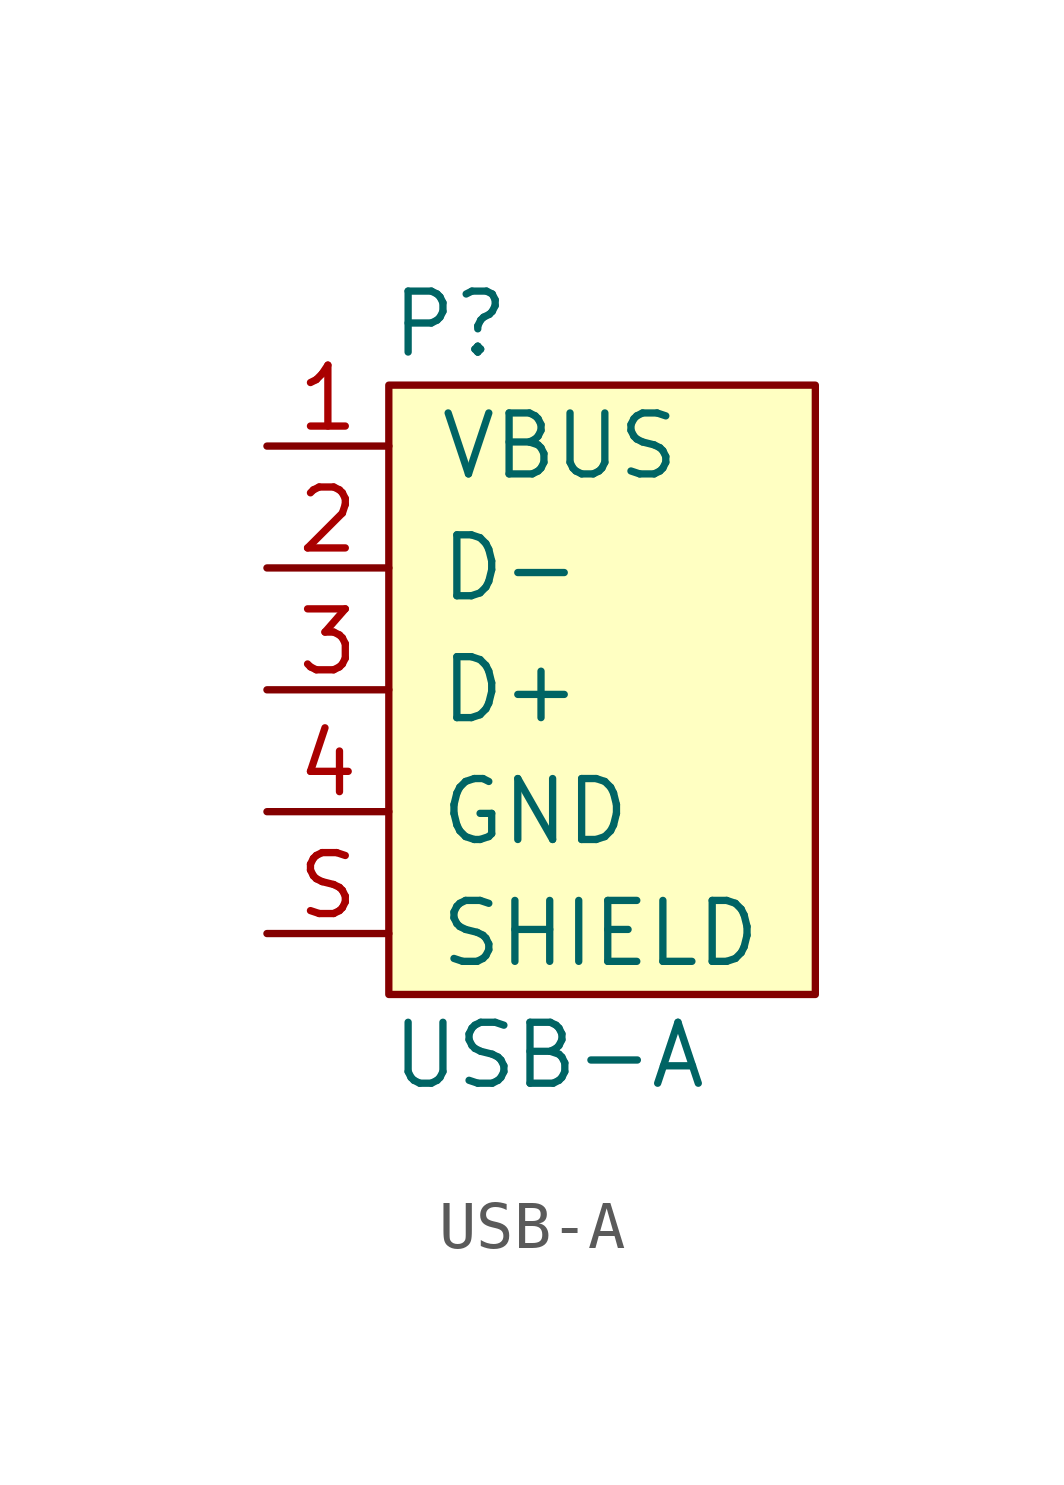
<source format=kicad_sym>
(kicad_symbol_lib
  (version 20211014)
  (generator kicad_symbol_editor)
  (symbol "USB-A"
    (pin_names
      (offset 1.016))
    (property "Reference" "P"
      (at -5.08 7.62 0)
      (effects (font (size 1.27 1.27)) (justify left)))
    (property "Value" "USB-A"
      (at -5.08 -7.62 0)
      (effects (font (size 1.27 1.27)) (justify left)))
    (symbol "USB-A_0_0"
      (pin passive line (at -7.62 5.08 0) (length 2.54) (name "VBUS" (effects (font (size 1.27 1.27)))) (number "1" (effects (font (size 1.27 1.27)))))
      (pin passive line (at -7.62 2.54 0) (length 2.54) (name "D-" (effects (font (size 1.27 1.27)))) (number "2" (effects (font (size 1.27 1.27)))))
      (pin passive line (at -7.62 0 0) (length 2.54) (name "D+" (effects (font (size 1.27 1.27)))) (number "3" (effects (font (size 1.27 1.27)))))
      (pin passive line (at -7.62 -2.54 0) (length 2.54) (name "GND" (effects (font (size 1.27 1.27)))) (number "4" (effects (font (size 1.27 1.27)))))
      (pin passive line (at -7.62 -5.08 0) (length 2.54) (name "SHIELD" (effects (font (size 1.27 1.27)))) (number "S" (effects (font (size 1.27 1.27))))))
    (symbol "USB-A_0_1"
      (rectangle (start -5.08 6.35) (end 3.81 -6.35) (stroke (width 0) (type default) (color 0 0 0 0)) (fill (type background))))))
</source>
